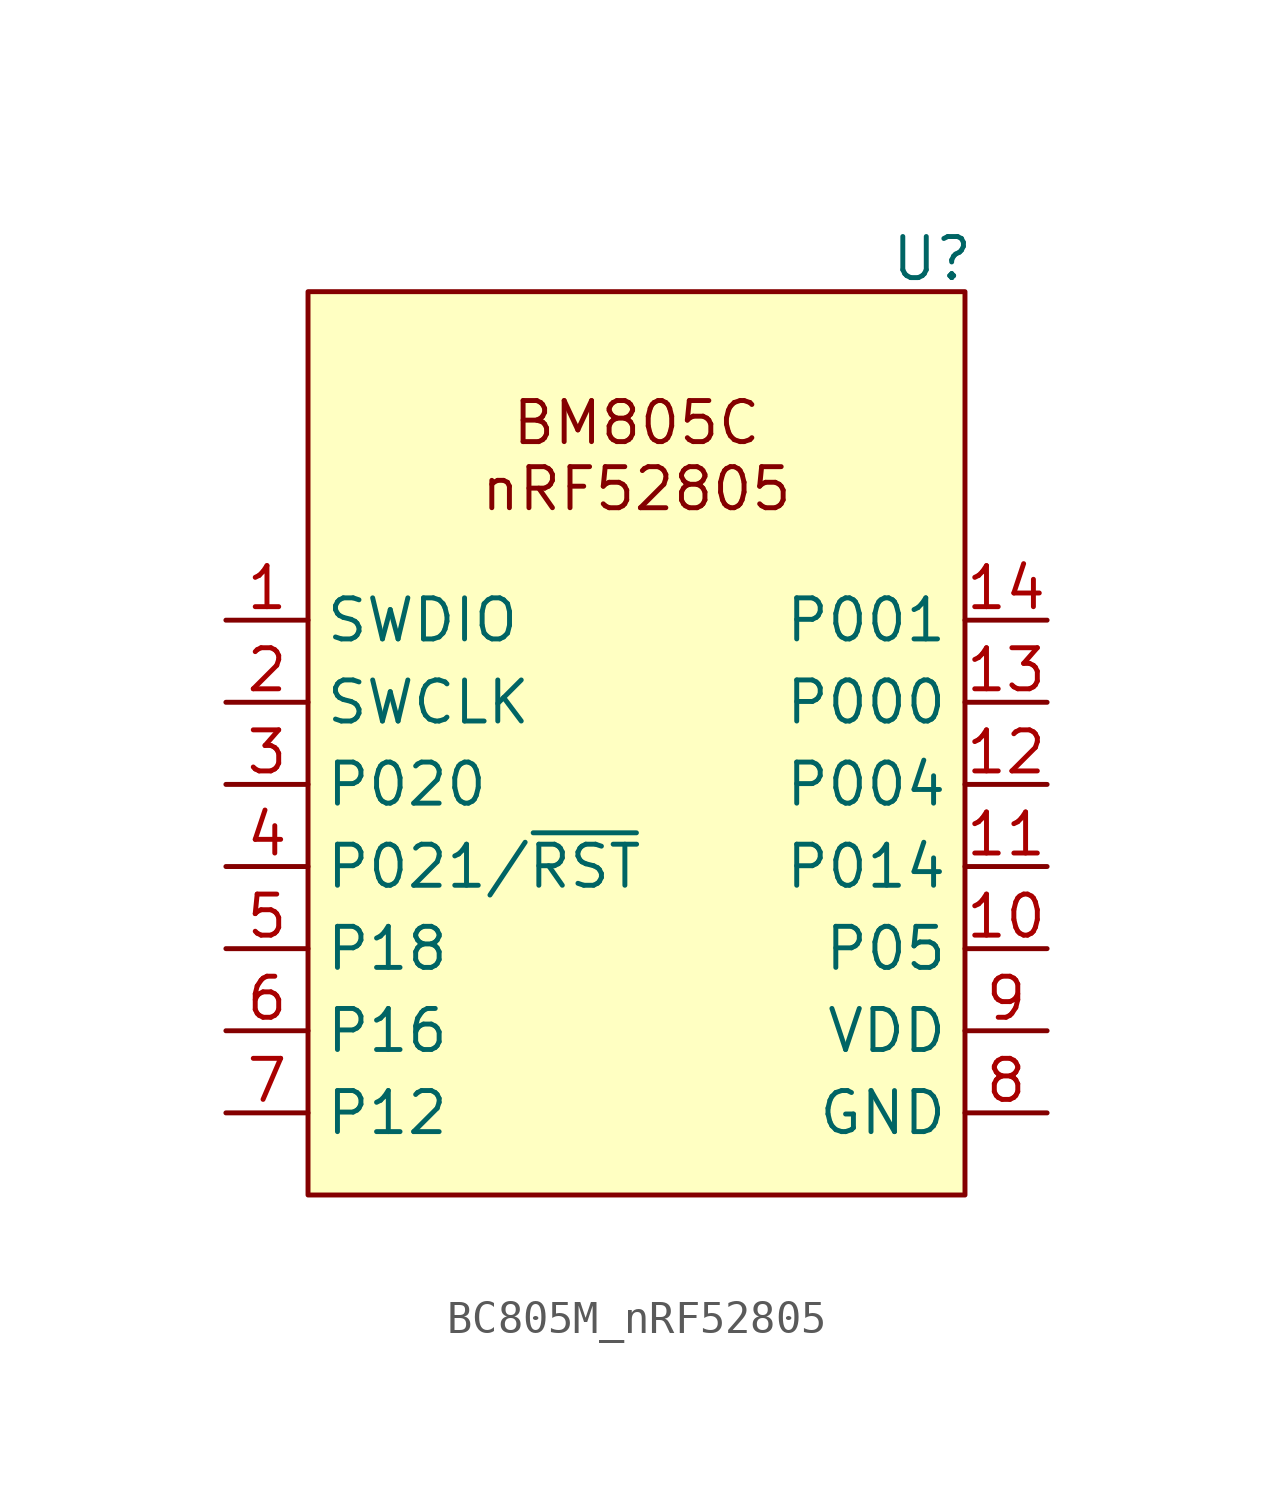
<source format=kicad_sym>
(kicad_symbol_lib
  (version 20231120)
  (generator "kicad_symbol_editor")
  (generator_version "8.0")
  (symbol "BC805M_nRF52805"
    (property "Reference" "U"
      (at 9.144 21.336 0)
      (effects (font (size 1.27 1.27))))
    (property "Value" ""
      (at -2.54 0 0)
      (effects (font (size 1.27 1.27))))
    (symbol "BC805M_nRF52805_1_1"
      (rectangle (start -10.16 20.32) (end 10.16 -7.62) (stroke (width 0) (type default)) (fill (type background)))
      (text "BM805C\nnRF52805" (at 0 15.24 0) (effects (font (size 1.27 1.27))))
      (pin input line (at -12.7 10.16 0) (length 2.54) (name "SWDIO" (effects (font (size 1.27 1.27)))) (number "1" (effects (font (size 1.27 1.27)))))
      (pin input line (at 12.7 0 180) (length 2.54) (name "P05" (effects (font (size 1.27 1.27)))) (number "10" (effects (font (size 1.27 1.27)))))
      (pin input line (at 12.7 2.54 180) (length 2.54) (name "P014" (effects (font (size 1.27 1.27)))) (number "11" (effects (font (size 1.27 1.27)))))
      (pin input line (at 12.7 5.08 180) (length 2.54) (name "P004" (effects (font (size 1.27 1.27)))) (number "12" (effects (font (size 1.27 1.27)))))
      (pin input line (at 12.7 7.62 180) (length 2.54) (name "P000" (effects (font (size 1.27 1.27)))) (number "13" (effects (font (size 1.27 1.27)))))
      (pin input line (at 12.7 10.16 180) (length 2.54) (name "P001" (effects (font (size 1.27 1.27)))) (number "14" (effects (font (size 1.27 1.27)))))
      (pin input line (at -12.7 7.62 0) (length 2.54) (name "SWCLK" (effects (font (size 1.27 1.27)))) (number "2" (effects (font (size 1.27 1.27)))))
      (pin input line (at -12.7 5.08 0) (length 2.54) (name "P020" (effects (font (size 1.27 1.27)))) (number "3" (effects (font (size 1.27 1.27)))))
      (pin input line (at -12.7 2.54 0) (length 2.54) (name "P021/~{RST}" (effects (font (size 1.27 1.27)))) (number "4" (effects (font (size 1.27 1.27)))))
      (pin input line (at -12.7 0 0) (length 2.54) (name "P18" (effects (font (size 1.27 1.27)))) (number "5" (effects (font (size 1.27 1.27)))))
      (pin input line (at -12.7 -2.54 0) (length 2.54) (name "P16" (effects (font (size 1.27 1.27)))) (number "6" (effects (font (size 1.27 1.27)))))
      (pin input line (at -12.7 -5.08 0) (length 2.54) (name "P12" (effects (font (size 1.27 1.27)))) (number "7" (effects (font (size 1.27 1.27)))))
      (pin input line (at 12.7 -5.08 180) (length 2.54) (name "GND" (effects (font (size 1.27 1.27)))) (number "8" (effects (font (size 1.27 1.27)))))
      (pin input line (at 12.7 -2.54 180) (length 2.54) (name "VDD" (effects (font (size 1.27 1.27)))) (number "9" (effects (font (size 1.27 1.27))))))))
</source>
